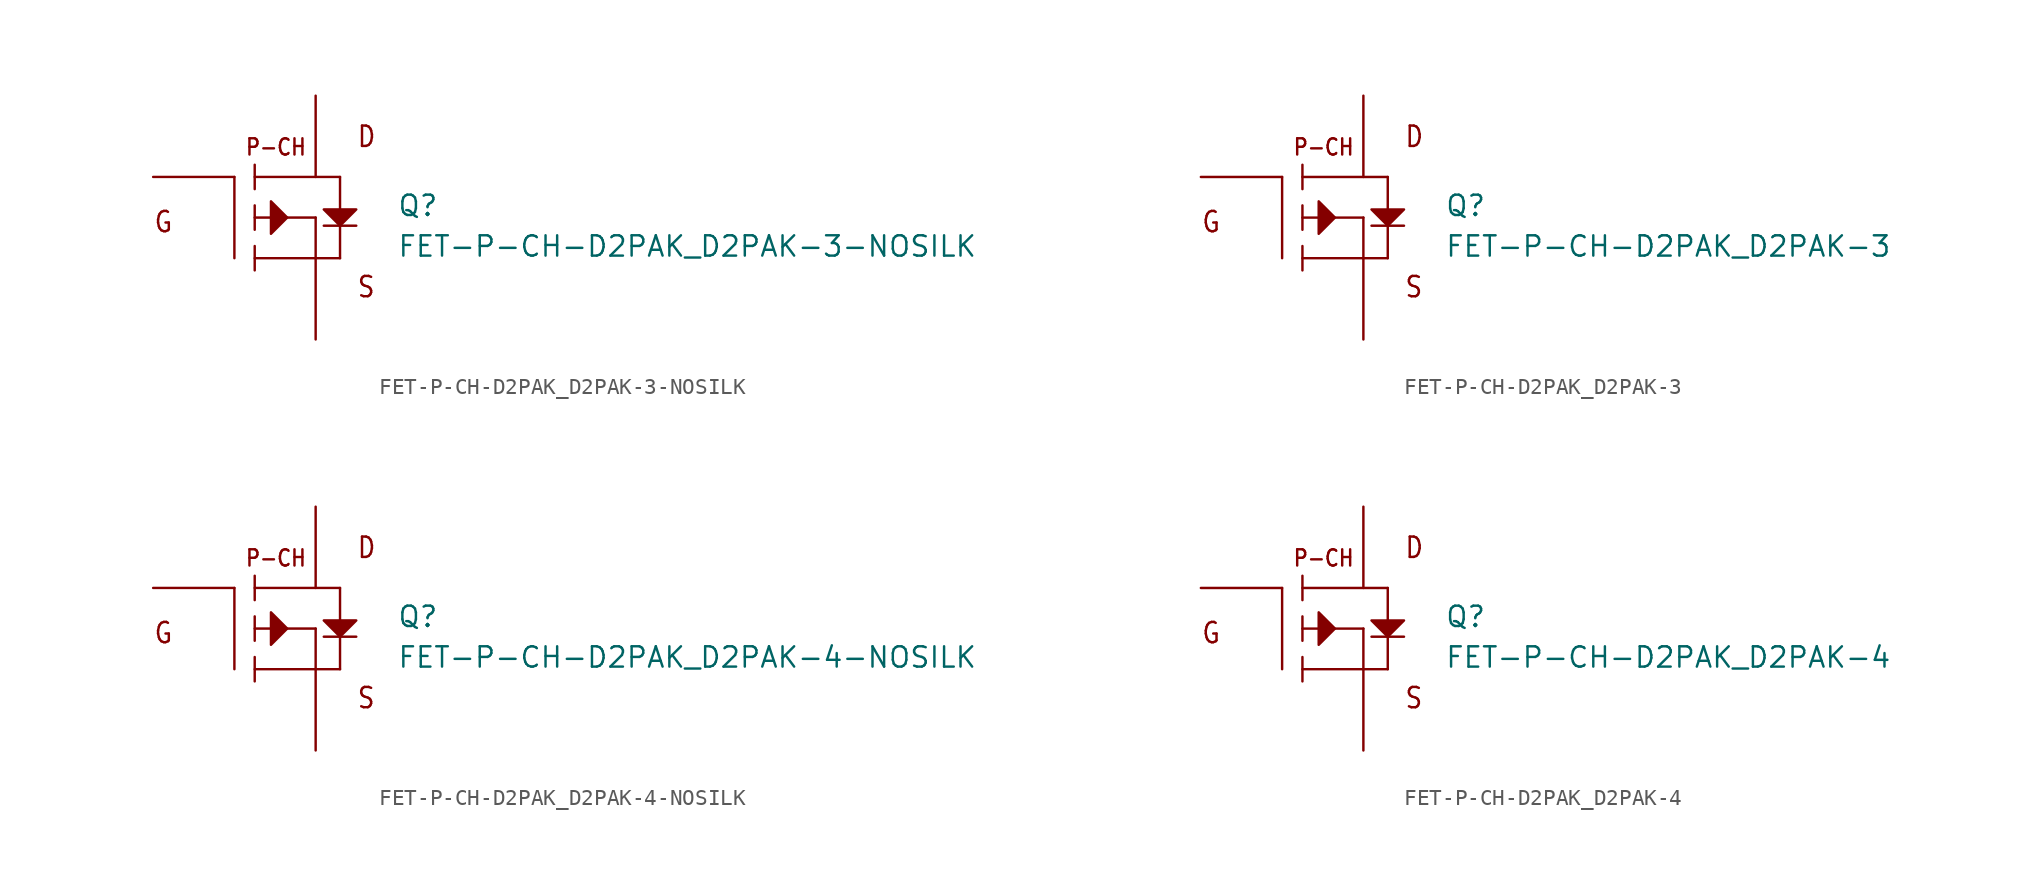
<source format=kicad_sym>
(kicad_symbol_lib
  (version 20211014)
  (generator kicad_symbol_editor)
  (symbol "FET-P-CH-D2PAK_D2PAK-3-NOSILK"
    (pin_numbers hide)
    (pin_names hide)
    (property "Reference" "Q"
      (at 7.62 0 0)
      (effects (font (size 1.27 1.27)) (justify left bottom)))
    (property "Value" "FET-P-CH-D2PAK_D2PAK-3-NOSILK"
      (at 7.62 -2.54 0)
      (effects (font (size 1.27 1.27)) (justify left bottom)))
    (property "Datasheet" ""
      (at 0 0 0))
    (property "ki_fp_filters" "FlashPCB_Transistors:D2PAK_TO-263-3_NOSILK"
      (at 0 0 0))
    (symbol "FET-P-CH-D2PAK_D2PAK-3-NOSILK_1_1"
      (text "G" (at -7.62 -1.016 0) (effects (font (size 1.27 1.086)) (justify left bottom)))
      (text "D" (at 5.08 4.318 0) (effects (font (size 1.27 1.086)) (justify left bottom)))
      (text "S" (at 5.08 -5.08 0) (effects (font (size 1.27 1.086)) (justify left bottom)))
      (text "P-CH" (at -1.905 3.81 0) (effects (font (size 1.016 0.869)) (justify left bottom)))
      (polyline (pts (xy 0.762 0) (xy -0.254 1.016) (xy -0.254 -1.016) (xy 0.762 0)) (stroke (width 0.152) (type default)) (fill (type outline)))
      (polyline (pts (xy 3.048 0.508) (xy 5.08 0.508) (xy 4.064 -0.508) (xy 3.048 0.508)) (stroke (width 0.152) (type default)) (fill (type outline)))
      (polyline (pts (xy -2.54 -2.54) (xy -2.54 2.54)) (stroke (width 0.152)) (fill (type none)))
      (polyline (pts (xy 4.064 -2.54) (xy 2.54 -2.54)) (stroke (width 0.152)) (fill (type none)))
      (polyline (pts (xy 2.54 -2.54) (xy -1.27 -2.54)) (stroke (width 0.152)) (fill (type none)))
      (polyline (pts (xy 2.54 0) (xy -1.27 0)) (stroke (width 0.152)) (fill (type none)))
      (polyline (pts (xy 4.064 2.54) (xy -1.27 2.54)) (stroke (width 0.152)) (fill (type none)))
      (polyline (pts (xy -1.27 3.302) (xy -1.27 1.778)) (stroke (width 0.152)) (fill (type none)))
      (polyline (pts (xy -1.27 0.762) (xy -1.27 -0.762)) (stroke (width 0.152)) (fill (type none)))
      (polyline (pts (xy -1.27 -1.778) (xy -1.27 -3.302)) (stroke (width 0.152)) (fill (type none)))
      (polyline (pts (xy 4.064 -2.54) (xy 4.064 2.54)) (stroke (width 0.152)) (fill (type none)))
      (polyline (pts (xy 3.048 -0.508) (xy 5.08 -0.508)) (stroke (width 0.152)) (fill (type none)))
      (polyline (pts (xy 2.54 0) (xy 2.54 -2.54)) (stroke (width 0.152)) (fill (type none)))
      (circle private (center 0 0) (radius 5.68) (stroke (width 0.152) (type default)) (fill (type none)))
      (pin bidirectional line (at -7.62 2.54 0) (length 5.08) (name "GATE" (effects (font (size 0 0)))) (number "1" (effects (font (size 0 0)))))
      (pin bidirectional line (at 2.54 -7.62 90) (length 5.08) (name "SOURCE" (effects (font (size 0 0)))) (number "3" (effects (font (size 0 0)))))
      (pin bidirectional line (at 2.54 7.62 270) (length 5.08) (name "DRAIN" (effects (font (size 0 0)))) (number "4" (effects (font (size 0 0)))))))
  (symbol "FET-P-CH-D2PAK_D2PAK-3"
    (pin_numbers hide)
    (pin_names hide)
    (property "Reference" "Q"
      (at 7.62 0 0)
      (effects (font (size 1.27 1.27)) (justify left bottom)))
    (property "Value" "FET-P-CH-D2PAK_D2PAK-3"
      (at 7.62 -2.54 0)
      (effects (font (size 1.27 1.27)) (justify left bottom)))
    (property "Datasheet" ""
      (at 0 0 0))
    (property "ki_fp_filters" "FlashPCB_Transistors:D2PAK_TO-263-3"
      (at 0 0 0))
    (symbol "FET-P-CH-D2PAK_D2PAK-3_1_1"
      (text "G" (at -7.62 -1.016 0) (effects (font (size 1.27 1.086)) (justify left bottom)))
      (text "D" (at 5.08 4.318 0) (effects (font (size 1.27 1.086)) (justify left bottom)))
      (text "S" (at 5.08 -5.08 0) (effects (font (size 1.27 1.086)) (justify left bottom)))
      (text "P-CH" (at -1.905 3.81 0) (effects (font (size 1.016 0.869)) (justify left bottom)))
      (polyline (pts (xy 0.762 0) (xy -0.254 1.016) (xy -0.254 -1.016) (xy 0.762 0)) (stroke (width 0.152) (type default)) (fill (type outline)))
      (polyline (pts (xy 3.048 0.508) (xy 5.08 0.508) (xy 4.064 -0.508) (xy 3.048 0.508)) (stroke (width 0.152) (type default)) (fill (type outline)))
      (polyline (pts (xy -2.54 -2.54) (xy -2.54 2.54)) (stroke (width 0.152)) (fill (type none)))
      (polyline (pts (xy 4.064 -2.54) (xy 2.54 -2.54)) (stroke (width 0.152)) (fill (type none)))
      (polyline (pts (xy 2.54 -2.54) (xy -1.27 -2.54)) (stroke (width 0.152)) (fill (type none)))
      (polyline (pts (xy 2.54 0) (xy -1.27 0)) (stroke (width 0.152)) (fill (type none)))
      (polyline (pts (xy 4.064 2.54) (xy -1.27 2.54)) (stroke (width 0.152)) (fill (type none)))
      (polyline (pts (xy -1.27 3.302) (xy -1.27 1.778)) (stroke (width 0.152)) (fill (type none)))
      (polyline (pts (xy -1.27 0.762) (xy -1.27 -0.762)) (stroke (width 0.152)) (fill (type none)))
      (polyline (pts (xy -1.27 -1.778) (xy -1.27 -3.302)) (stroke (width 0.152)) (fill (type none)))
      (polyline (pts (xy 4.064 -2.54) (xy 4.064 2.54)) (stroke (width 0.152)) (fill (type none)))
      (polyline (pts (xy 3.048 -0.508) (xy 5.08 -0.508)) (stroke (width 0.152)) (fill (type none)))
      (polyline (pts (xy 2.54 0) (xy 2.54 -2.54)) (stroke (width 0.152)) (fill (type none)))
      (circle private (center 0 0) (radius 5.68) (stroke (width 0.152) (type default)) (fill (type none)))
      (pin bidirectional line (at -7.62 2.54 0) (length 5.08) (name "GATE" (effects (font (size 0 0)))) (number "1" (effects (font (size 0 0)))))
      (pin bidirectional line (at 2.54 -7.62 90) (length 5.08) (name "SOURCE" (effects (font (size 0 0)))) (number "3" (effects (font (size 0 0)))))
      (pin bidirectional line (at 2.54 7.62 270) (length 5.08) (name "DRAIN" (effects (font (size 0 0)))) (number "4" (effects (font (size 0 0)))))))
  (symbol "FET-P-CH-D2PAK_D2PAK-4-NOSILK"
    (pin_numbers hide)
    (pin_names hide)
    (property "Reference" "Q"
      (at 7.62 0 0)
      (effects (font (size 1.27 1.27)) (justify left bottom)))
    (property "Value" "FET-P-CH-D2PAK_D2PAK-4-NOSILK"
      (at 7.62 -2.54 0)
      (effects (font (size 1.27 1.27)) (justify left bottom)))
    (property "Datasheet" ""
      (at 0 0 0))
    (property "ki_fp_filters" "FlashPCB_Transistors:D2PAK_TO-263-4_NOSILK"
      (at 0 0 0))
    (symbol "FET-P-CH-D2PAK_D2PAK-4-NOSILK_1_1"
      (text "G" (at -7.62 -1.016 0) (effects (font (size 1.27 1.086)) (justify left bottom)))
      (text "D" (at 5.08 4.318 0) (effects (font (size 1.27 1.086)) (justify left bottom)))
      (text "S" (at 5.08 -5.08 0) (effects (font (size 1.27 1.086)) (justify left bottom)))
      (text "P-CH" (at -1.905 3.81 0) (effects (font (size 1.016 0.869)) (justify left bottom)))
      (polyline (pts (xy 0.762 0) (xy -0.254 1.016) (xy -0.254 -1.016) (xy 0.762 0)) (stroke (width 0.152) (type default)) (fill (type outline)))
      (polyline (pts (xy 3.048 0.508) (xy 5.08 0.508) (xy 4.064 -0.508) (xy 3.048 0.508)) (stroke (width 0.152) (type default)) (fill (type outline)))
      (polyline (pts (xy -2.54 -2.54) (xy -2.54 2.54)) (stroke (width 0.152)) (fill (type none)))
      (polyline (pts (xy 4.064 -2.54) (xy 2.54 -2.54)) (stroke (width 0.152)) (fill (type none)))
      (polyline (pts (xy 2.54 -2.54) (xy -1.27 -2.54)) (stroke (width 0.152)) (fill (type none)))
      (polyline (pts (xy 2.54 0) (xy -1.27 0)) (stroke (width 0.152)) (fill (type none)))
      (polyline (pts (xy 4.064 2.54) (xy -1.27 2.54)) (stroke (width 0.152)) (fill (type none)))
      (polyline (pts (xy -1.27 3.302) (xy -1.27 1.778)) (stroke (width 0.152)) (fill (type none)))
      (polyline (pts (xy -1.27 0.762) (xy -1.27 -0.762)) (stroke (width 0.152)) (fill (type none)))
      (polyline (pts (xy -1.27 -1.778) (xy -1.27 -3.302)) (stroke (width 0.152)) (fill (type none)))
      (polyline (pts (xy 4.064 -2.54) (xy 4.064 2.54)) (stroke (width 0.152)) (fill (type none)))
      (polyline (pts (xy 3.048 -0.508) (xy 5.08 -0.508)) (stroke (width 0.152)) (fill (type none)))
      (polyline (pts (xy 2.54 0) (xy 2.54 -2.54)) (stroke (width 0.152)) (fill (type none)))
      (circle private (center 0 0) (radius 5.68) (stroke (width 0.152) (type default)) (fill (type none)))
      (pin bidirectional line (at -7.62 2.54 0) (length 5.08) (name "GATE" (effects (font (size 0 0)))) (number "1" (effects (font (size 0 0)))))
      (pin bidirectional line (at 2.54 -7.62 90) (length 5.08) (name "SOURCE" (effects (font (size 0 0)))) (number "3" (effects (font (size 0 0)))))
      (pin bidirectional line (at 2.54 7.62 270) (length 5.08) (name "DRAIN" (effects (font (size 0 0)))) (number "2" (effects (font (size 0 0)))))
      (pin bidirectional line (at 2.54 7.62 270) (length 5.08) hide (name "DRAIN" (effects (font (size 0 0)))) (number "4" (effects (font (size 0 0)))))))
  (symbol "FET-P-CH-D2PAK_D2PAK-4"
    (pin_numbers hide)
    (pin_names hide)
    (property "Reference" "Q"
      (at 7.62 0 0)
      (effects (font (size 1.27 1.27)) (justify left bottom)))
    (property "Value" "FET-P-CH-D2PAK_D2PAK-4"
      (at 7.62 -2.54 0)
      (effects (font (size 1.27 1.27)) (justify left bottom)))
    (property "Datasheet" ""
      (at 0 0 0))
    (property "ki_fp_filters" "FlashPCB_Transistors:D2PAK_TO-263-4"
      (at 0 0 0))
    (symbol "FET-P-CH-D2PAK_D2PAK-4_1_1"
      (text "G" (at -7.62 -1.016 0) (effects (font (size 1.27 1.086)) (justify left bottom)))
      (text "D" (at 5.08 4.318 0) (effects (font (size 1.27 1.086)) (justify left bottom)))
      (text "S" (at 5.08 -5.08 0) (effects (font (size 1.27 1.086)) (justify left bottom)))
      (text "P-CH" (at -1.905 3.81 0) (effects (font (size 1.016 0.869)) (justify left bottom)))
      (polyline (pts (xy 0.762 0) (xy -0.254 1.016) (xy -0.254 -1.016) (xy 0.762 0)) (stroke (width 0.152) (type default)) (fill (type outline)))
      (polyline (pts (xy 3.048 0.508) (xy 5.08 0.508) (xy 4.064 -0.508) (xy 3.048 0.508)) (stroke (width 0.152) (type default)) (fill (type outline)))
      (polyline (pts (xy -2.54 -2.54) (xy -2.54 2.54)) (stroke (width 0.152)) (fill (type none)))
      (polyline (pts (xy 4.064 -2.54) (xy 2.54 -2.54)) (stroke (width 0.152)) (fill (type none)))
      (polyline (pts (xy 2.54 -2.54) (xy -1.27 -2.54)) (stroke (width 0.152)) (fill (type none)))
      (polyline (pts (xy 2.54 0) (xy -1.27 0)) (stroke (width 0.152)) (fill (type none)))
      (polyline (pts (xy 4.064 2.54) (xy -1.27 2.54)) (stroke (width 0.152)) (fill (type none)))
      (polyline (pts (xy -1.27 3.302) (xy -1.27 1.778)) (stroke (width 0.152)) (fill (type none)))
      (polyline (pts (xy -1.27 0.762) (xy -1.27 -0.762)) (stroke (width 0.152)) (fill (type none)))
      (polyline (pts (xy -1.27 -1.778) (xy -1.27 -3.302)) (stroke (width 0.152)) (fill (type none)))
      (polyline (pts (xy 4.064 -2.54) (xy 4.064 2.54)) (stroke (width 0.152)) (fill (type none)))
      (polyline (pts (xy 3.048 -0.508) (xy 5.08 -0.508)) (stroke (width 0.152)) (fill (type none)))
      (polyline (pts (xy 2.54 0) (xy 2.54 -2.54)) (stroke (width 0.152)) (fill (type none)))
      (circle private (center 0 0) (radius 5.68) (stroke (width 0.152) (type default)) (fill (type none)))
      (pin bidirectional line (at -7.62 2.54 0) (length 5.08) (name "GATE" (effects (font (size 0 0)))) (number "1" (effects (font (size 0 0)))))
      (pin bidirectional line (at 2.54 -7.62 90) (length 5.08) (name "SOURCE" (effects (font (size 0 0)))) (number "3" (effects (font (size 0 0)))))
      (pin bidirectional line (at 2.54 7.62 270) (length 5.08) (name "DRAIN" (effects (font (size 0 0)))) (number "2" (effects (font (size 0 0)))))
      (pin bidirectional line (at 2.54 7.62 270) (length 5.08) hide (name "DRAIN" (effects (font (size 0 0)))) (number "4" (effects (font (size 0 0))))))))
</source>
